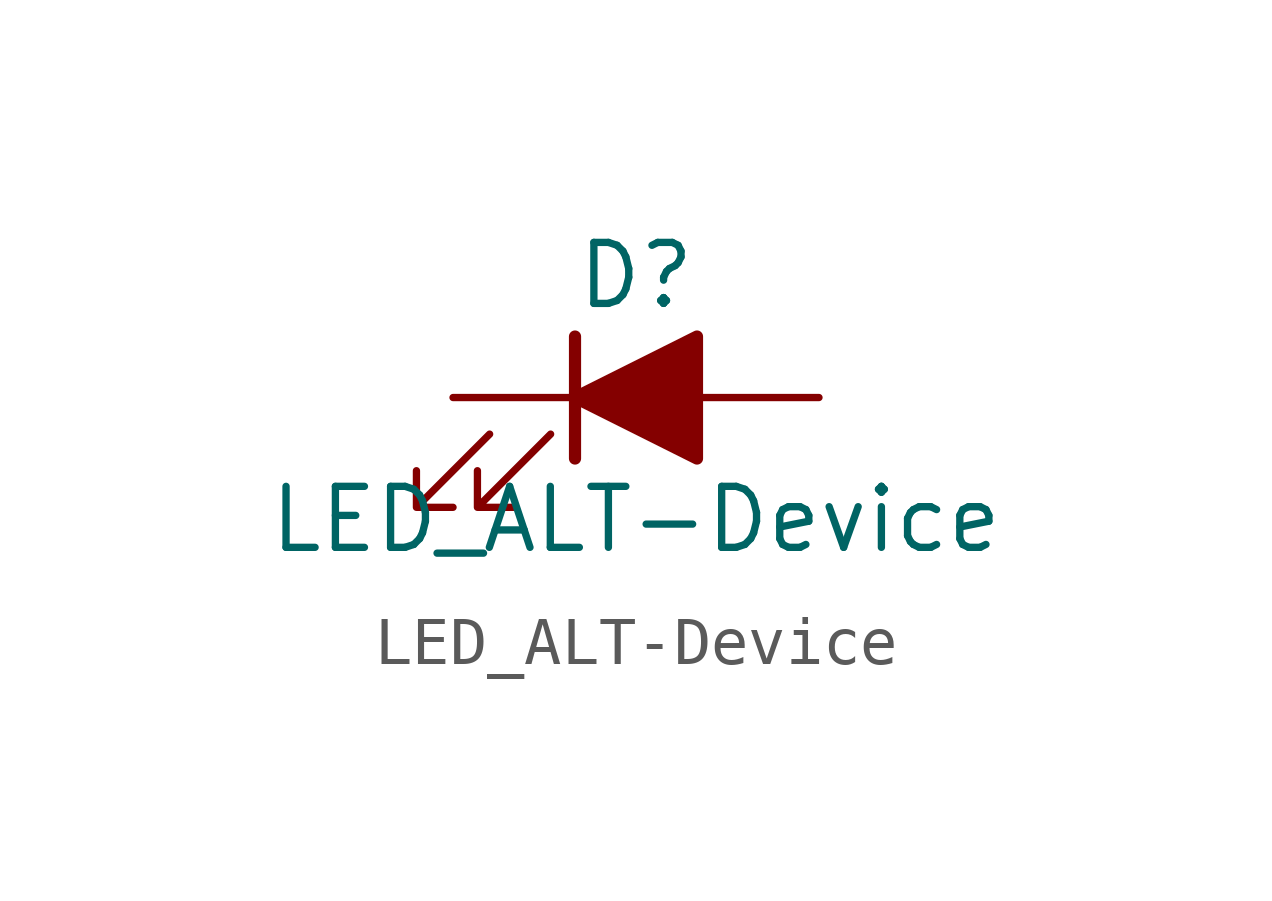
<source format=kicad_sym>
(kicad_symbol_lib
  (version 20220914)
  (generator kicad_symbol_editor)
  (symbol "LED_ALT-Device"
    (pin_numbers hide)
    (pin_names
      (offset 1.016) hide)
    (property "Reference" "D"
      (at 0 2.54 0)
      (effects (font (size 1.27 1.27))))
    (property "Value" "LED_ALT-Device"
      (at 0 -2.54 0)
      (effects (font (size 1.27 1.27))))
    (symbol "LED_ALT-Device_0_1"
      (polyline (pts (xy -1.27 -1.27) (xy -1.27 1.27)) (stroke (width 0.254) (type solid)) (fill (type none)))
      (polyline (pts (xy -1.27 0) (xy 1.27 0)) (stroke (width 0) (type solid)) (fill (type none)))
      (polyline (pts (xy 1.27 -1.27) (xy 1.27 1.27) (xy -1.27 0) (xy 1.27 -1.27)) (stroke (width 0.254) (type solid)) (fill (type outline)))
      (polyline (pts (xy -3.048 -0.762) (xy -4.572 -2.286) (xy -3.81 -2.286) (xy -4.572 -2.286) (xy -4.572 -1.524)) (stroke (width 0) (type solid)) (fill (type none)))
      (polyline (pts (xy -1.778 -0.762) (xy -3.302 -2.286) (xy -2.54 -2.286) (xy -3.302 -2.286) (xy -3.302 -1.524)) (stroke (width 0) (type solid)) (fill (type none))))
    (symbol "LED_ALT-Device_1_1"
      (pin passive line (at -3.81 0 0) (length 2.54) (name "K" (effects (font (size 1.27 1.27)))) (number "1" (effects (font (size 1.27 1.27)))))
      (pin passive line (at 3.81 0 180) (length 2.54) (name "A" (effects (font (size 1.27 1.27)))) (number "2" (effects (font (size 1.27 1.27))))))))
</source>
